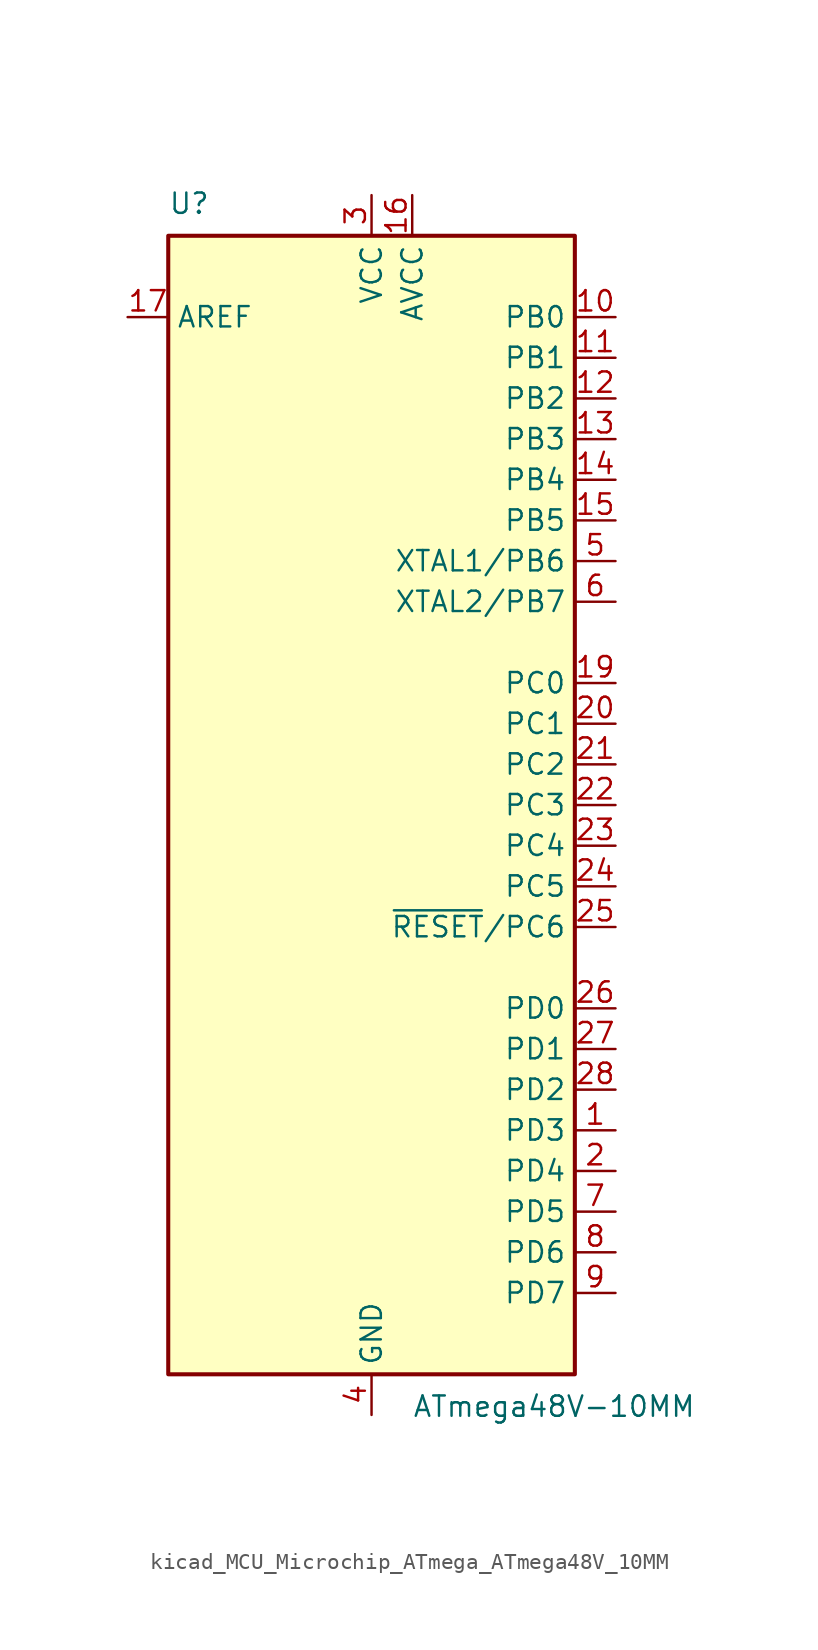
<source format=kicad_sym>
(kicad_symbol_lib
  (version 20220914)
  (generator kicad_symbol_editor)
  (symbol "kicad_MCU_Microchip_ATmega_ATmega48V_10MM"
    (property "Reference" "U"
      (at -12.7 36.83 0)
      (effects (font (size 1.27 1.27)) (justify left bottom)))
    (property "Value" "ATmega48V-10MM"
      (at 2.54 -36.83 0)
      (effects (font (size 1.27 1.27)) (justify left top)))
    (symbol "kicad_MCU_Microchip_ATmega_ATmega48V_10MM_0_1"
      (rectangle (start -12.7 -35.56) (end 12.7 35.56) (stroke (width 0.254) (type default)) (fill (type background))))
    (symbol "kicad_MCU_Microchip_ATmega_ATmega48V_10MM_1_1"
      (pin bidirectional line (at 15.24 -20.32 180) (length 2.54) (name "PD3" (effects (font (size 1.27 1.27)))) (number "1" (effects (font (size 1.27 1.27)))))
      (pin bidirectional line (at 15.24 30.48 180) (length 2.54) (name "PB0" (effects (font (size 1.27 1.27)))) (number "10" (effects (font (size 1.27 1.27)))))
      (pin bidirectional line (at 15.24 27.94 180) (length 2.54) (name "PB1" (effects (font (size 1.27 1.27)))) (number "11" (effects (font (size 1.27 1.27)))))
      (pin bidirectional line (at 15.24 25.4 180) (length 2.54) (name "PB2" (effects (font (size 1.27 1.27)))) (number "12" (effects (font (size 1.27 1.27)))))
      (pin bidirectional line (at 15.24 22.86 180) (length 2.54) (name "PB3" (effects (font (size 1.27 1.27)))) (number "13" (effects (font (size 1.27 1.27)))))
      (pin bidirectional line (at 15.24 20.32 180) (length 2.54) (name "PB4" (effects (font (size 1.27 1.27)))) (number "14" (effects (font (size 1.27 1.27)))))
      (pin bidirectional line (at 15.24 17.78 180) (length 2.54) (name "PB5" (effects (font (size 1.27 1.27)))) (number "15" (effects (font (size 1.27 1.27)))))
      (pin power_in line (at 2.54 38.1 270) (length 2.54) (name "AVCC" (effects (font (size 1.27 1.27)))) (number "16" (effects (font (size 1.27 1.27)))))
      (pin passive line (at -15.24 30.48 0) (length 2.54) (name "AREF" (effects (font (size 1.27 1.27)))) (number "17" (effects (font (size 1.27 1.27)))))
      (pin passive line (at 0 -38.1 90) (length 2.54) hide (name "GND" (effects (font (size 1.27 1.27)))) (number "18" (effects (font (size 1.27 1.27)))))
      (pin bidirectional line (at 15.24 7.62 180) (length 2.54) (name "PC0" (effects (font (size 1.27 1.27)))) (number "19" (effects (font (size 1.27 1.27)))))
      (pin bidirectional line (at 15.24 -22.86 180) (length 2.54) (name "PD4" (effects (font (size 1.27 1.27)))) (number "2" (effects (font (size 1.27 1.27)))))
      (pin bidirectional line (at 15.24 5.08 180) (length 2.54) (name "PC1" (effects (font (size 1.27 1.27)))) (number "20" (effects (font (size 1.27 1.27)))))
      (pin bidirectional line (at 15.24 2.54 180) (length 2.54) (name "PC2" (effects (font (size 1.27 1.27)))) (number "21" (effects (font (size 1.27 1.27)))))
      (pin bidirectional line (at 15.24 0 180) (length 2.54) (name "PC3" (effects (font (size 1.27 1.27)))) (number "22" (effects (font (size 1.27 1.27)))))
      (pin bidirectional line (at 15.24 -2.54 180) (length 2.54) (name "PC4" (effects (font (size 1.27 1.27)))) (number "23" (effects (font (size 1.27 1.27)))))
      (pin bidirectional line (at 15.24 -5.08 180) (length 2.54) (name "PC5" (effects (font (size 1.27 1.27)))) (number "24" (effects (font (size 1.27 1.27)))))
      (pin bidirectional line (at 15.24 -7.62 180) (length 2.54) (name "~{RESET}/PC6" (effects (font (size 1.27 1.27)))) (number "25" (effects (font (size 1.27 1.27)))))
      (pin bidirectional line (at 15.24 -12.7 180) (length 2.54) (name "PD0" (effects (font (size 1.27 1.27)))) (number "26" (effects (font (size 1.27 1.27)))))
      (pin bidirectional line (at 15.24 -15.24 180) (length 2.54) (name "PD1" (effects (font (size 1.27 1.27)))) (number "27" (effects (font (size 1.27 1.27)))))
      (pin bidirectional line (at 15.24 -17.78 180) (length 2.54) (name "PD2" (effects (font (size 1.27 1.27)))) (number "28" (effects (font (size 1.27 1.27)))))
      (pin passive line (at 0 -38.1 90) (length 2.54) hide (name "GND" (effects (font (size 1.27 1.27)))) (number "29" (effects (font (size 1.27 1.27)))))
      (pin power_in line (at 0 38.1 270) (length 2.54) (name "VCC" (effects (font (size 1.27 1.27)))) (number "3" (effects (font (size 1.27 1.27)))))
      (pin power_in line (at 0 -38.1 90) (length 2.54) (name "GND" (effects (font (size 1.27 1.27)))) (number "4" (effects (font (size 1.27 1.27)))))
      (pin bidirectional line (at 15.24 15.24 180) (length 2.54) (name "XTAL1/PB6" (effects (font (size 1.27 1.27)))) (number "5" (effects (font (size 1.27 1.27)))))
      (pin bidirectional line (at 15.24 12.7 180) (length 2.54) (name "XTAL2/PB7" (effects (font (size 1.27 1.27)))) (number "6" (effects (font (size 1.27 1.27)))))
      (pin bidirectional line (at 15.24 -25.4 180) (length 2.54) (name "PD5" (effects (font (size 1.27 1.27)))) (number "7" (effects (font (size 1.27 1.27)))))
      (pin bidirectional line (at 15.24 -27.94 180) (length 2.54) (name "PD6" (effects (font (size 1.27 1.27)))) (number "8" (effects (font (size 1.27 1.27)))))
      (pin bidirectional line (at 15.24 -30.48 180) (length 2.54) (name "PD7" (effects (font (size 1.27 1.27)))) (number "9" (effects (font (size 1.27 1.27))))))))
</source>
